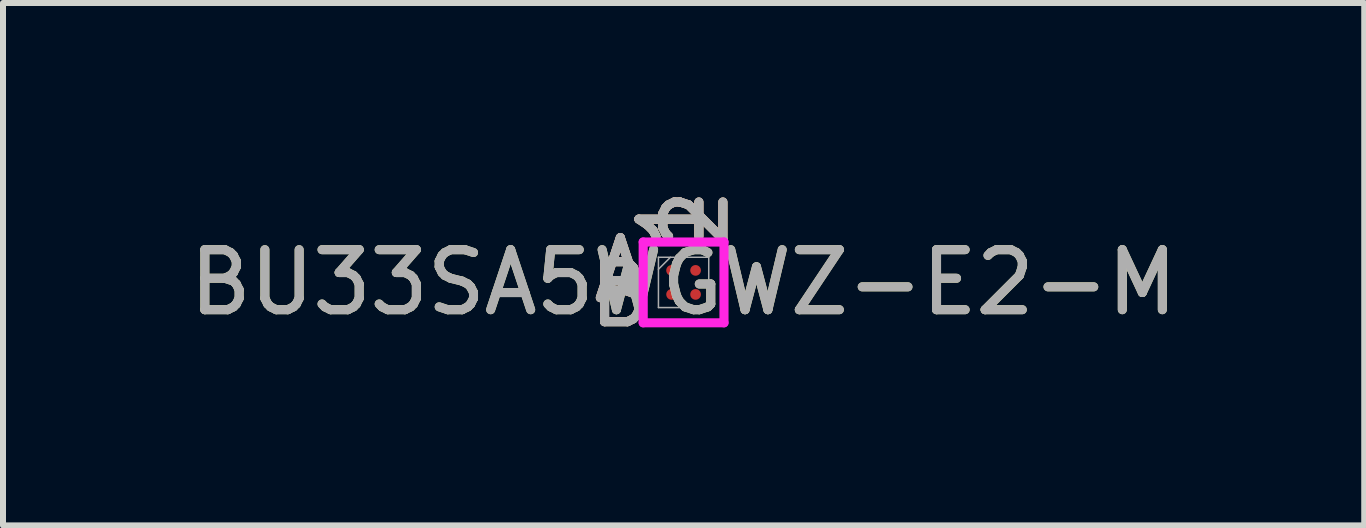
<source format=kicad_pcb>
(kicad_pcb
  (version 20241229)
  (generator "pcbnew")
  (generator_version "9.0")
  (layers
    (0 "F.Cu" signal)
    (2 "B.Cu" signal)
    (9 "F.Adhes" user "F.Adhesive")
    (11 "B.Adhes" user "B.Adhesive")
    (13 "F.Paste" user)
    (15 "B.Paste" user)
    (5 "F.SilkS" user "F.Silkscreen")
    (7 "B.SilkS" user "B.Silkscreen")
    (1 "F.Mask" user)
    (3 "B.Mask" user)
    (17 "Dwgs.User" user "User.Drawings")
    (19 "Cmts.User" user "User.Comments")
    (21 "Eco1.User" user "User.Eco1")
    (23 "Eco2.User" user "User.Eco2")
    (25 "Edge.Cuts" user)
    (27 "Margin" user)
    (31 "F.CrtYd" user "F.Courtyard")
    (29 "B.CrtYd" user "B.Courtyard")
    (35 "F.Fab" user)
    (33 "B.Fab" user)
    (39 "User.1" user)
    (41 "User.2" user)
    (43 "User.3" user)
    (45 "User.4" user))
  (footprint "BU33SA5WGWZ-E2-M"
    (layer "F.Cu")
    (at 8.339 1.655)
    (property "Reference" "BU33SA5WGWZ-E2-M" (at 0 0 0) (unlocked yes) (layer "F.SilkS") (effects (font (size 1 1) (thickness 0.15))))
    (attr smd)
    (fp_poly (pts (xy -0.845 -0.845) (xy 0.845 -0.845) (xy 0.845 0.845) (xy -0.845 0.845)) (stroke (width 0.1) (type solid)) (fill no) (layer "Eco2.User"))
    (fp_line (start -0.673 -0.673) (end 0.673 -0.673) (stroke (width 0.152) (type solid)) (layer "F.CrtYd"))
    (fp_line (start -0.673 0.673) (end -0.673 -0.673) (stroke (width 0.152) (type solid)) (layer "F.CrtYd"))
    (fp_line (start 0.673 -0.673) (end 0.673 0.673) (stroke (width 0.152) (type solid)) (layer "F.CrtYd"))
    (fp_line (start 0.673 0.673) (end -0.673 0.673) (stroke (width 0.152) (type solid)) (layer "F.CrtYd"))
    (fp_line (start -0.419 -0.419) (end -0.419 0.419) (stroke (width 0.025) (type solid)) (layer "F.Fab"))
    (fp_line (start -0.419 0.419) (end 0.419 0.419) (stroke (width 0.025) (type solid)) (layer "F.Fab"))
    (fp_line (start -0.219 -0.419) (end -0.419 -0.219) (stroke (width 0.025) (type solid)) (layer "F.Fab"))
    (fp_line (start 0.419 -0.419) (end -0.419 -0.419) (stroke (width 0.025) (type solid)) (layer "F.Fab"))
    (fp_line (start 0.419 0.419) (end 0.419 -0.419) (stroke (width 0.025) (type solid)) (layer "F.Fab"))
    (fp_text user "B" (at -1.054 0.2 0) (unlocked yes) (layer "F.SilkS") (effects (font (size 1 1) (thickness 0.15))))
    (fp_text user "1" (at -0.2 -1.054 90) (unlocked yes) (layer "F.SilkS") (effects (font (size 1 1) (thickness 0.15))))
    (fp_text user "2" (at 0.2 -1.054 90) (unlocked yes) (layer "F.SilkS") (effects (font (size 1 1) (thickness 0.15))))
    (fp_text user "A" (at -1.054 -0.2 0) (unlocked yes) (layer "F.SilkS") (effects (font (size 1 1) (thickness 0.15))))
    (fp_text user "A" (at -1.054 -0.2 0) (unlocked yes) (layer "B.SilkS") (effects (font (size 1 1) (thickness 0.15))))
    (fp_text user "1" (at -0.2 -1.054 90) (unlocked yes) (layer "B.SilkS") (effects (font (size 1 1) (thickness 0.15))))
    (fp_text user "2" (at 0.2 -1.054 90) (unlocked yes) (layer "B.SilkS") (effects (font (size 1 1) (thickness 0.15))))
    (fp_text user "B" (at -1.054 0.2 0) (unlocked yes) (layer "B.SilkS") (effects (font (size 1 1) (thickness 0.15))))
    (fp_text user "${REFERENCE}" (at 0 0 0) (unlocked yes) (layer "F.Fab") (effects (font (size 1 1) (thickness 0.15))))
    (fp_text user "2" (at 0.2 -1.054 90) (unlocked yes) (layer "F.Fab") (effects (font (size 1 1) (thickness 0.15))))
    (fp_text user "1" (at -0.2 -1.054 90) (unlocked yes) (layer "F.Fab") (effects (font (size 1 1) (thickness 0.15))))
    (fp_text user "B" (at -1.054 0.2 0) (unlocked yes) (layer "F.Fab") (effects (font (size 1 1) (thickness 0.15))))
    (fp_text user "A" (at -1.054 -0.2 0) (unlocked yes) (layer "F.Fab") (effects (font (size 1 1) (thickness 0.15))))
    (pad "A1" smd circle (at -0.2 -0.2) (size 0.178 0.178) (layers "F.Cu" "F.Mask" "F.Paste"))
    (pad "A2" smd circle (at 0.2 -0.2) (size 0.178 0.178) (layers "F.Cu" "F.Mask" "F.Paste"))
    (pad "B1" smd circle (at -0.2 0.2) (size 0.178 0.178) (layers "F.Cu" "F.Mask" "F.Paste"))
    (pad "B2" smd circle (at 0.2 0.2) (size 0.178 0.178) (layers "F.Cu" "F.Mask" "F.Paste")))
  (gr_rect
    (start -3 -3)
    (end 19.679 5.704)
    (stroke (width 0.1) (type default))
    (fill no)
    (layer "Edge.Cuts")))
</source>
